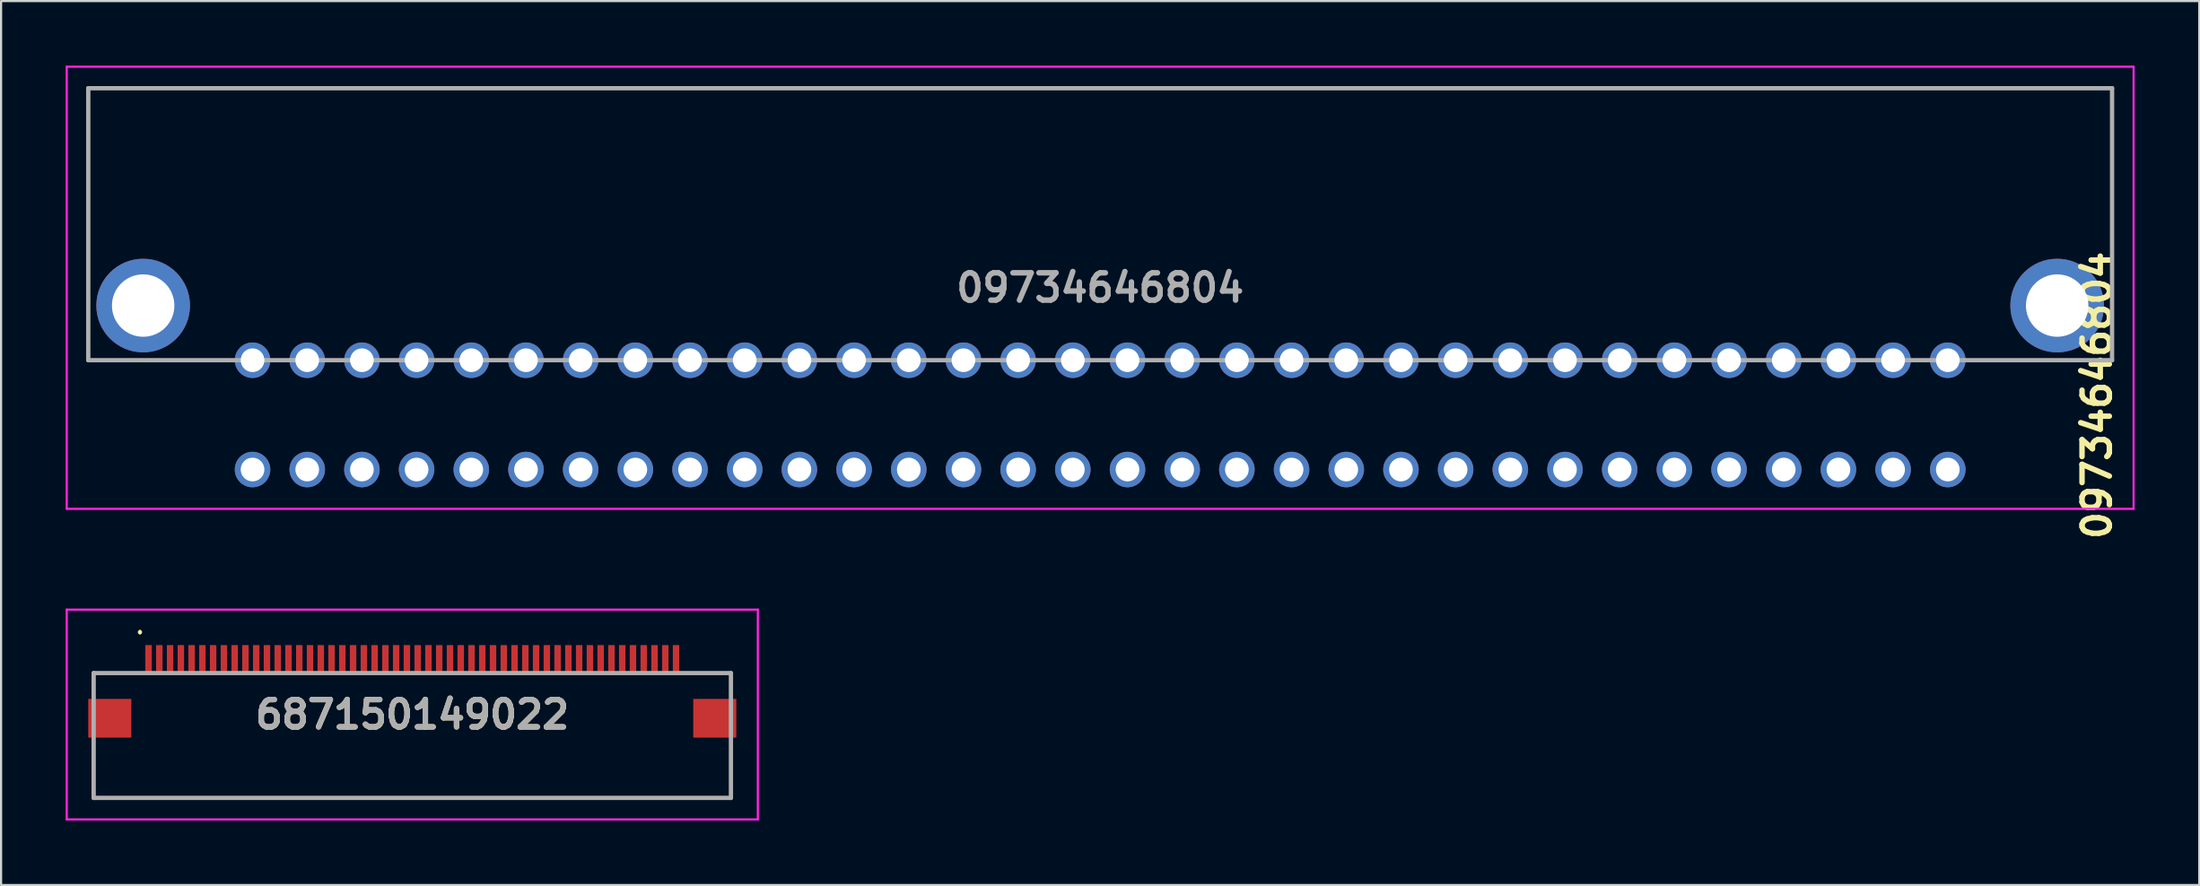
<source format=kicad_pcb>
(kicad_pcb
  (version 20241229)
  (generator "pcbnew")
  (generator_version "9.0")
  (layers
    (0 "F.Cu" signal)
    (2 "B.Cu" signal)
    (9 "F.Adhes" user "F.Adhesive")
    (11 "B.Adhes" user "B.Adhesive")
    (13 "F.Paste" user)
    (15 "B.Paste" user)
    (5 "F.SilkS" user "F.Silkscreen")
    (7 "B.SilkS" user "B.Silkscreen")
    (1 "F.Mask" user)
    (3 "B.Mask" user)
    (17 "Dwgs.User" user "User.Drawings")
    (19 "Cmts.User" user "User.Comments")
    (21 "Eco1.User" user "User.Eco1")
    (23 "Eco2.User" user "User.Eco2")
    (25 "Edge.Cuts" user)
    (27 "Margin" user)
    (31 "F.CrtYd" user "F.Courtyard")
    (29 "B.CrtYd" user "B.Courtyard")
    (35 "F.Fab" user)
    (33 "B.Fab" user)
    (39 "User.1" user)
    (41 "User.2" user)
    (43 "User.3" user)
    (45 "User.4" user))
  (footprint "687150149022"
    (layer "F.Cu")
    (at 16.1 30.154)
    (property "Reference" "687150149022" (at 0 0 0) (layer "F.SilkS") (effects (font (size 1.27 1.27) (thickness 0.254))))
    (attr smd)
    (fp_line (start -14.8 3.875) (end 14.8 3.875) (stroke (width 0.1) (type solid)) (layer "F.SilkS"))
    (fp_line (start -12.65 -3.875) (end -12.65 -3.875) (stroke (width 0.1) (type solid)) (layer "F.SilkS"))
    (fp_line (start -12.65 -3.775) (end -12.65 -3.775) (stroke (width 0.1) (type solid)) (layer "F.SilkS"))
    (fp_arc (start -12.65 -3.875) (mid -12.6 -3.825) (end -12.65 -3.775) (stroke (width 0.1) (type solid)) (layer "F.SilkS"))
    (fp_arc (start -12.65 -3.775) (mid -12.7 -3.825) (end -12.65 -3.875) (stroke (width 0.1) (type solid)) (layer "F.SilkS"))
    (fp_line (start -16.05 -4.875) (end 16.05 -4.875) (stroke (width 0.1) (type solid)) (layer "F.CrtYd"))
    (fp_line (start -16.05 4.875) (end -16.05 -4.875) (stroke (width 0.1) (type solid)) (layer "F.CrtYd"))
    (fp_line (start 16.05 -4.875) (end 16.05 4.875) (stroke (width 0.1) (type solid)) (layer "F.CrtYd"))
    (fp_line (start 16.05 4.875) (end -16.05 4.875) (stroke (width 0.1) (type solid)) (layer "F.CrtYd"))
    (fp_line (start -14.8 -1.925) (end 14.8 -1.925) (stroke (width 0.2) (type solid)) (layer "F.Fab"))
    (fp_line (start -14.8 3.875) (end -14.8 -1.925) (stroke (width 0.2) (type solid)) (layer "F.Fab"))
    (fp_line (start 14.8 -1.925) (end 14.8 3.875) (stroke (width 0.2) (type solid)) (layer "F.Fab"))
    (fp_line (start 14.8 3.875) (end -14.8 3.875) (stroke (width 0.2) (type solid)) (layer "F.Fab"))
    (fp_text user "${REFERENCE}" (at 0 0 0) (layer "F.Fab") (effects (font (size 1.27 1.27) (thickness 0.254))))
    (pad "1" smd rect (at -12.25 -2.575) (size 0.3 1.3) (layers "F.Cu" "F.Mask" "F.Paste"))
    (pad "2" smd rect (at -11.75 -2.575) (size 0.3 1.3) (layers "F.Cu" "F.Mask" "F.Paste"))
    (pad "3" smd rect (at -11.25 -2.575) (size 0.3 1.3) (layers "F.Cu" "F.Mask" "F.Paste"))
    (pad "4" smd rect (at -10.75 -2.575) (size 0.3 1.3) (layers "F.Cu" "F.Mask" "F.Paste"))
    (pad "5" smd rect (at -10.25 -2.575) (size 0.3 1.3) (layers "F.Cu" "F.Mask" "F.Paste"))
    (pad "6" smd rect (at -9.75 -2.575) (size 0.3 1.3) (layers "F.Cu" "F.Mask" "F.Paste"))
    (pad "7" smd rect (at -9.25 -2.575) (size 0.3 1.3) (layers "F.Cu" "F.Mask" "F.Paste"))
    (pad "8" smd rect (at -8.75 -2.575) (size 0.3 1.3) (layers "F.Cu" "F.Mask" "F.Paste"))
    (pad "9" smd rect (at -8.25 -2.575) (size 0.3 1.3) (layers "F.Cu" "F.Mask" "F.Paste"))
    (pad "10" smd rect (at -7.75 -2.575) (size 0.3 1.3) (layers "F.Cu" "F.Mask" "F.Paste"))
    (pad "11" smd rect (at -7.25 -2.575) (size 0.3 1.3) (layers "F.Cu" "F.Mask" "F.Paste"))
    (pad "12" smd rect (at -6.75 -2.575) (size 0.3 1.3) (layers "F.Cu" "F.Mask" "F.Paste"))
    (pad "13" smd rect (at -6.25 -2.575) (size 0.3 1.3) (layers "F.Cu" "F.Mask" "F.Paste"))
    (pad "14" smd rect (at -5.75 -2.575) (size 0.3 1.3) (layers "F.Cu" "F.Mask" "F.Paste"))
    (pad "15" smd rect (at -5.25 -2.575) (size 0.3 1.3) (layers "F.Cu" "F.Mask" "F.Paste"))
    (pad "16" smd rect (at -4.75 -2.575) (size 0.3 1.3) (layers "F.Cu" "F.Mask" "F.Paste"))
    (pad "17" smd rect (at -4.25 -2.575) (size 0.3 1.3) (layers "F.Cu" "F.Mask" "F.Paste"))
    (pad "18" smd rect (at -3.75 -2.575) (size 0.3 1.3) (layers "F.Cu" "F.Mask" "F.Paste"))
    (pad "19" smd rect (at -3.25 -2.575) (size 0.3 1.3) (layers "F.Cu" "F.Mask" "F.Paste"))
    (pad "20" smd rect (at -2.75 -2.575) (size 0.3 1.3) (layers "F.Cu" "F.Mask" "F.Paste"))
    (pad "21" smd rect (at -2.25 -2.575) (size 0.3 1.3) (layers "F.Cu" "F.Mask" "F.Paste"))
    (pad "22" smd rect (at -1.75 -2.575) (size 0.3 1.3) (layers "F.Cu" "F.Mask" "F.Paste"))
    (pad "23" smd rect (at -1.25 -2.575) (size 0.3 1.3) (layers "F.Cu" "F.Mask" "F.Paste"))
    (pad "24" smd rect (at -0.75 -2.575) (size 0.3 1.3) (layers "F.Cu" "F.Mask" "F.Paste"))
    (pad "25" smd rect (at -0.25 -2.575) (size 0.3 1.3) (layers "F.Cu" "F.Mask" "F.Paste"))
    (pad "26" smd rect (at 0.25 -2.575) (size 0.3 1.3) (layers "F.Cu" "F.Mask" "F.Paste"))
    (pad "27" smd rect (at 0.75 -2.575) (size 0.3 1.3) (layers "F.Cu" "F.Mask" "F.Paste"))
    (pad "28" smd rect (at 1.25 -2.575) (size 0.3 1.3) (layers "F.Cu" "F.Mask" "F.Paste"))
    (pad "29" smd rect (at 1.75 -2.575) (size 0.3 1.3) (layers "F.Cu" "F.Mask" "F.Paste"))
    (pad "30" smd rect (at 2.25 -2.575) (size 0.3 1.3) (layers "F.Cu" "F.Mask" "F.Paste"))
    (pad "31" smd rect (at 2.75 -2.575) (size 0.3 1.3) (layers "F.Cu" "F.Mask" "F.Paste"))
    (pad "32" smd rect (at 3.25 -2.575) (size 0.3 1.3) (layers "F.Cu" "F.Mask" "F.Paste"))
    (pad "33" smd rect (at 3.75 -2.575) (size 0.3 1.3) (layers "F.Cu" "F.Mask" "F.Paste"))
    (pad "34" smd rect (at 4.25 -2.575) (size 0.3 1.3) (layers "F.Cu" "F.Mask" "F.Paste"))
    (pad "35" smd rect (at 4.75 -2.575) (size 0.3 1.3) (layers "F.Cu" "F.Mask" "F.Paste"))
    (pad "36" smd rect (at 5.25 -2.575) (size 0.3 1.3) (layers "F.Cu" "F.Mask" "F.Paste"))
    (pad "37" smd rect (at 5.75 -2.575) (size 0.3 1.3) (layers "F.Cu" "F.Mask" "F.Paste"))
    (pad "38" smd rect (at 6.25 -2.575) (size 0.3 1.3) (layers "F.Cu" "F.Mask" "F.Paste"))
    (pad "39" smd rect (at 6.75 -2.575) (size 0.3 1.3) (layers "F.Cu" "F.Mask" "F.Paste"))
    (pad "40" smd rect (at 7.25 -2.575) (size 0.3 1.3) (layers "F.Cu" "F.Mask" "F.Paste"))
    (pad "41" smd rect (at 7.75 -2.575) (size 0.3 1.3) (layers "F.Cu" "F.Mask" "F.Paste"))
    (pad "42" smd rect (at 8.25 -2.575) (size 0.3 1.3) (layers "F.Cu" "F.Mask" "F.Paste"))
    (pad "43" smd rect (at 8.75 -2.575) (size 0.3 1.3) (layers "F.Cu" "F.Mask" "F.Paste"))
    (pad "44" smd rect (at 9.25 -2.575) (size 0.3 1.3) (layers "F.Cu" "F.Mask" "F.Paste"))
    (pad "45" smd rect (at 9.75 -2.575) (size 0.3 1.3) (layers "F.Cu" "F.Mask" "F.Paste"))
    (pad "46" smd rect (at 10.25 -2.575) (size 0.3 1.3) (layers "F.Cu" "F.Mask" "F.Paste"))
    (pad "47" smd rect (at 10.75 -2.575) (size 0.3 1.3) (layers "F.Cu" "F.Mask" "F.Paste"))
    (pad "48" smd rect (at 11.25 -2.575) (size 0.3 1.3) (layers "F.Cu" "F.Mask" "F.Paste"))
    (pad "49" smd rect (at 11.75 -2.575) (size 0.3 1.3) (layers "F.Cu" "F.Mask" "F.Paste"))
    (pad "50" smd rect (at 12.25 -2.575) (size 0.3 1.3) (layers "F.Cu" "F.Mask" "F.Paste"))
    (pad "MP1" smd rect (at -14.05 0.175 90) (size 1.8 2) (layers "F.Cu" "F.Mask" "F.Paste"))
    (pad "MP2" smd rect (at 14.05 0.175 90) (size 1.8 2) (layers "F.Cu" "F.Mask" "F.Paste")))
  (footprint "09734646804"
    (layer "F.Cu")
    (at 48.05 10.323)
    (property "Reference" "09734646804" (at 46.3 5 90) (layer "F.SilkS") (effects (font (size 1.27 1.27) (thickness 0.254))))
    (attr through_hole)
    (fp_line (start -47 -9.273) (end 47 -9.273) (stroke (width 0.1) (type solid)) (layer "F.SilkS"))
    (fp_line (start -47 3.367) (end -47 -9.273) (stroke (width 0.1) (type solid)) (layer "F.SilkS"))
    (fp_line (start -40.64 3.367) (end -47 3.367) (stroke (width 0.1) (type solid)) (layer "F.SilkS"))
    (fp_line (start 47 -9.273) (end 47 3.367) (stroke (width 0.1) (type solid)) (layer "F.SilkS"))
    (fp_line (start 47 3.367) (end 40.64 3.367) (stroke (width 0.1) (type solid)) (layer "F.SilkS"))
    (fp_line (start -48 -10.273) (end 48 -10.273) (stroke (width 0.1) (type solid)) (layer "F.CrtYd"))
    (fp_line (start -48 10.273) (end -48 -10.273) (stroke (width 0.1) (type solid)) (layer "F.CrtYd"))
    (fp_line (start 48 -10.273) (end 48 10.273) (stroke (width 0.1) (type solid)) (layer "F.CrtYd"))
    (fp_line (start 48 10.273) (end -48 10.273) (stroke (width 0.1) (type solid)) (layer "F.CrtYd"))
    (fp_line (start -47 -9.273) (end 47 -9.273) (stroke (width 0.2) (type solid)) (layer "F.Fab"))
    (fp_line (start -47 3.367) (end -47 -9.273) (stroke (width 0.2) (type solid)) (layer "F.Fab"))
    (fp_line (start 47 -9.273) (end 47 3.367) (stroke (width 0.2) (type solid)) (layer "F.Fab"))
    (fp_line (start 47 3.367) (end -47 3.367) (stroke (width 0.2) (type solid)) (layer "F.Fab"))
    (fp_text user "${REFERENCE}" (at 0 0 0) (layer "F.Fab") (effects (font (size 1.27 1.27) (thickness 0.254))))
    (pad "A1" thru_hole circle (at -39.37 3.367) (size 1.65 1.65) (drill 1.1) (layers "*.Cu" "*.Mask"))
    (pad "A2" thru_hole circle (at -36.83 3.367) (size 1.65 1.65) (drill 1.1) (layers "*.Cu" "*.Mask"))
    (pad "A3" thru_hole circle (at -34.29 3.367) (size 1.65 1.65) (drill 1.1) (layers "*.Cu" "*.Mask"))
    (pad "A4" thru_hole circle (at -31.75 3.367) (size 1.65 1.65) (drill 1.1) (layers "*.Cu" "*.Mask"))
    (pad "A5" thru_hole circle (at -29.21 3.367) (size 1.65 1.65) (drill 1.1) (layers "*.Cu" "*.Mask"))
    (pad "A6" thru_hole circle (at -26.67 3.367) (size 1.65 1.65) (drill 1.1) (layers "*.Cu" "*.Mask"))
    (pad "A7" thru_hole circle (at -24.13 3.367) (size 1.65 1.65) (drill 1.1) (layers "*.Cu" "*.Mask"))
    (pad "A8" thru_hole circle (at -21.59 3.367) (size 1.65 1.65) (drill 1.1) (layers "*.Cu" "*.Mask"))
    (pad "A9" thru_hole circle (at -19.05 3.367) (size 1.65 1.65) (drill 1.1) (layers "*.Cu" "*.Mask"))
    (pad "A10" thru_hole circle (at -16.51 3.367) (size 1.65 1.65) (drill 1.1) (layers "*.Cu" "*.Mask"))
    (pad "A11" thru_hole circle (at -13.97 3.367) (size 1.65 1.65) (drill 1.1) (layers "*.Cu" "*.Mask"))
    (pad "A12" thru_hole circle (at -11.43 3.367) (size 1.65 1.65) (drill 1.1) (layers "*.Cu" "*.Mask"))
    (pad "A13" thru_hole circle (at -8.89 3.367) (size 1.65 1.65) (drill 1.1) (layers "*.Cu" "*.Mask"))
    (pad "A14" thru_hole circle (at -6.35 3.367) (size 1.65 1.65) (drill 1.1) (layers "*.Cu" "*.Mask"))
    (pad "A15" thru_hole circle (at -3.81 3.367) (size 1.65 1.65) (drill 1.1) (layers "*.Cu" "*.Mask"))
    (pad "A16" thru_hole circle (at -1.27 3.367) (size 1.65 1.65) (drill 1.1) (layers "*.Cu" "*.Mask"))
    (pad "A17" thru_hole circle (at 1.27 3.367) (size 1.65 1.65) (drill 1.1) (layers "*.Cu" "*.Mask"))
    (pad "A18" thru_hole circle (at 3.81 3.367) (size 1.65 1.65) (drill 1.1) (layers "*.Cu" "*.Mask"))
    (pad "A19" thru_hole circle (at 6.35 3.367) (size 1.65 1.65) (drill 1.1) (layers "*.Cu" "*.Mask"))
    (pad "A20" thru_hole circle (at 8.89 3.367) (size 1.65 1.65) (drill 1.1) (layers "*.Cu" "*.Mask"))
    (pad "A21" thru_hole circle (at 11.43 3.367) (size 1.65 1.65) (drill 1.1) (layers "*.Cu" "*.Mask"))
    (pad "A22" thru_hole circle (at 13.97 3.367) (size 1.65 1.65) (drill 1.1) (layers "*.Cu" "*.Mask"))
    (pad "A23" thru_hole circle (at 16.51 3.367) (size 1.65 1.65) (drill 1.1) (layers "*.Cu" "*.Mask"))
    (pad "A24" thru_hole circle (at 19.05 3.367) (size 1.65 1.65) (drill 1.1) (layers "*.Cu" "*.Mask"))
    (pad "A25" thru_hole circle (at 21.59 3.367) (size 1.65 1.65) (drill 1.1) (layers "*.Cu" "*.Mask"))
    (pad "A26" thru_hole circle (at 24.13 3.367) (size 1.65 1.65) (drill 1.1) (layers "*.Cu" "*.Mask"))
    (pad "A27" thru_hole circle (at 26.67 3.367) (size 1.65 1.65) (drill 1.1) (layers "*.Cu" "*.Mask"))
    (pad "A28" thru_hole circle (at 29.21 3.367) (size 1.65 1.65) (drill 1.1) (layers "*.Cu" "*.Mask"))
    (pad "A29" thru_hole circle (at 31.75 3.367) (size 1.65 1.65) (drill 1.1) (layers "*.Cu" "*.Mask"))
    (pad "A30" thru_hole circle (at 34.29 3.367) (size 1.65 1.65) (drill 1.1) (layers "*.Cu" "*.Mask"))
    (pad "A31" thru_hole circle (at 36.83 3.367) (size 1.65 1.65) (drill 1.1) (layers "*.Cu" "*.Mask"))
    (pad "A32" thru_hole circle (at 39.37 3.367) (size 1.65 1.65) (drill 1.1) (layers "*.Cu" "*.Mask"))
    (pad "B1" thru_hole circle (at -39.37 8.447) (size 1.65 1.65) (drill 1.1) (layers "*.Cu" "*.Mask"))
    (pad "B2" thru_hole circle (at -36.83 8.447) (size 1.65 1.65) (drill 1.1) (layers "*.Cu" "*.Mask"))
    (pad "B3" thru_hole circle (at -34.29 8.447) (size 1.65 1.65) (drill 1.1) (layers "*.Cu" "*.Mask"))
    (pad "B4" thru_hole circle (at -31.75 8.447) (size 1.65 1.65) (drill 1.1) (layers "*.Cu" "*.Mask"))
    (pad "B5" thru_hole circle (at -29.21 8.447) (size 1.65 1.65) (drill 1.1) (layers "*.Cu" "*.Mask"))
    (pad "B6" thru_hole circle (at -26.67 8.447) (size 1.65 1.65) (drill 1.1) (layers "*.Cu" "*.Mask"))
    (pad "B7" thru_hole circle (at -24.13 8.447) (size 1.65 1.65) (drill 1.1) (layers "*.Cu" "*.Mask"))
    (pad "B8" thru_hole circle (at -21.59 8.447) (size 1.65 1.65) (drill 1.1) (layers "*.Cu" "*.Mask"))
    (pad "B9" thru_hole circle (at -19.05 8.447) (size 1.65 1.65) (drill 1.1) (layers "*.Cu" "*.Mask"))
    (pad "B10" thru_hole circle (at -16.51 8.447) (size 1.65 1.65) (drill 1.1) (layers "*.Cu" "*.Mask"))
    (pad "B11" thru_hole circle (at -13.97 8.447) (size 1.65 1.65) (drill 1.1) (layers "*.Cu" "*.Mask"))
    (pad "B12" thru_hole circle (at -11.43 8.447) (size 1.65 1.65) (drill 1.1) (layers "*.Cu" "*.Mask"))
    (pad "B13" thru_hole circle (at -8.89 8.447) (size 1.65 1.65) (drill 1.1) (layers "*.Cu" "*.Mask"))
    (pad "B14" thru_hole circle (at -6.35 8.447) (size 1.65 1.65) (drill 1.1) (layers "*.Cu" "*.Mask"))
    (pad "B15" thru_hole circle (at -3.81 8.447) (size 1.65 1.65) (drill 1.1) (layers "*.Cu" "*.Mask"))
    (pad "B16" thru_hole circle (at -1.27 8.447) (size 1.65 1.65) (drill 1.1) (layers "*.Cu" "*.Mask"))
    (pad "B17" thru_hole circle (at 1.27 8.447) (size 1.65 1.65) (drill 1.1) (layers "*.Cu" "*.Mask"))
    (pad "B18" thru_hole circle (at 3.81 8.447) (size 1.65 1.65) (drill 1.1) (layers "*.Cu" "*.Mask"))
    (pad "B19" thru_hole circle (at 6.35 8.447) (size 1.65 1.65) (drill 1.1) (layers "*.Cu" "*.Mask"))
    (pad "B20" thru_hole circle (at 8.89 8.447) (size 1.65 1.65) (drill 1.1) (layers "*.Cu" "*.Mask"))
    (pad "B21" thru_hole circle (at 11.43 8.447) (size 1.65 1.65) (drill 1.1) (layers "*.Cu" "*.Mask"))
    (pad "B22" thru_hole circle (at 13.97 8.447) (size 1.65 1.65) (drill 1.1) (layers "*.Cu" "*.Mask"))
    (pad "B23" thru_hole circle (at 16.51 8.447) (size 1.65 1.65) (drill 1.1) (layers "*.Cu" "*.Mask"))
    (pad "B24" thru_hole circle (at 19.05 8.447) (size 1.65 1.65) (drill 1.1) (layers "*.Cu" "*.Mask"))
    (pad "B25" thru_hole circle (at 21.59 8.447) (size 1.65 1.65) (drill 1.1) (layers "*.Cu" "*.Mask"))
    (pad "B26" thru_hole circle (at 24.13 8.447) (size 1.65 1.65) (drill 1.1) (layers "*.Cu" "*.Mask"))
    (pad "B27" thru_hole circle (at 26.67 8.447) (size 1.65 1.65) (drill 1.1) (layers "*.Cu" "*.Mask"))
    (pad "B28" thru_hole circle (at 29.21 8.447) (size 1.65 1.65) (drill 1.1) (layers "*.Cu" "*.Mask"))
    (pad "B29" thru_hole circle (at 31.75 8.447) (size 1.65 1.65) (drill 1.1) (layers "*.Cu" "*.Mask"))
    (pad "B30" thru_hole circle (at 34.29 8.447) (size 1.65 1.65) (drill 1.1) (layers "*.Cu" "*.Mask"))
    (pad "B31" thru_hole circle (at 36.83 8.447) (size 1.65 1.65) (drill 1.1) (layers "*.Cu" "*.Mask"))
    (pad "B32" thru_hole circle (at 39.37 8.447) (size 1.65 1.65) (drill 1.1) (layers "*.Cu" "*.Mask"))
    (pad "M1" thru_hole circle (at -44.45 0.827) (size 4.35 4.35) (drill 2.9) (layers "*.Cu" "*.Mask"))
    (pad "M2" thru_hole circle (at 44.45 0.827) (size 4.35 4.35) (drill 2.9) (layers "*.Cu" "*.Mask")))
  (gr_rect
    (start -3 -3)
    (end 99.1 38.079)
    (stroke (width 0.1) (type default))
    (fill no)
    (layer "Edge.Cuts")))
</source>
